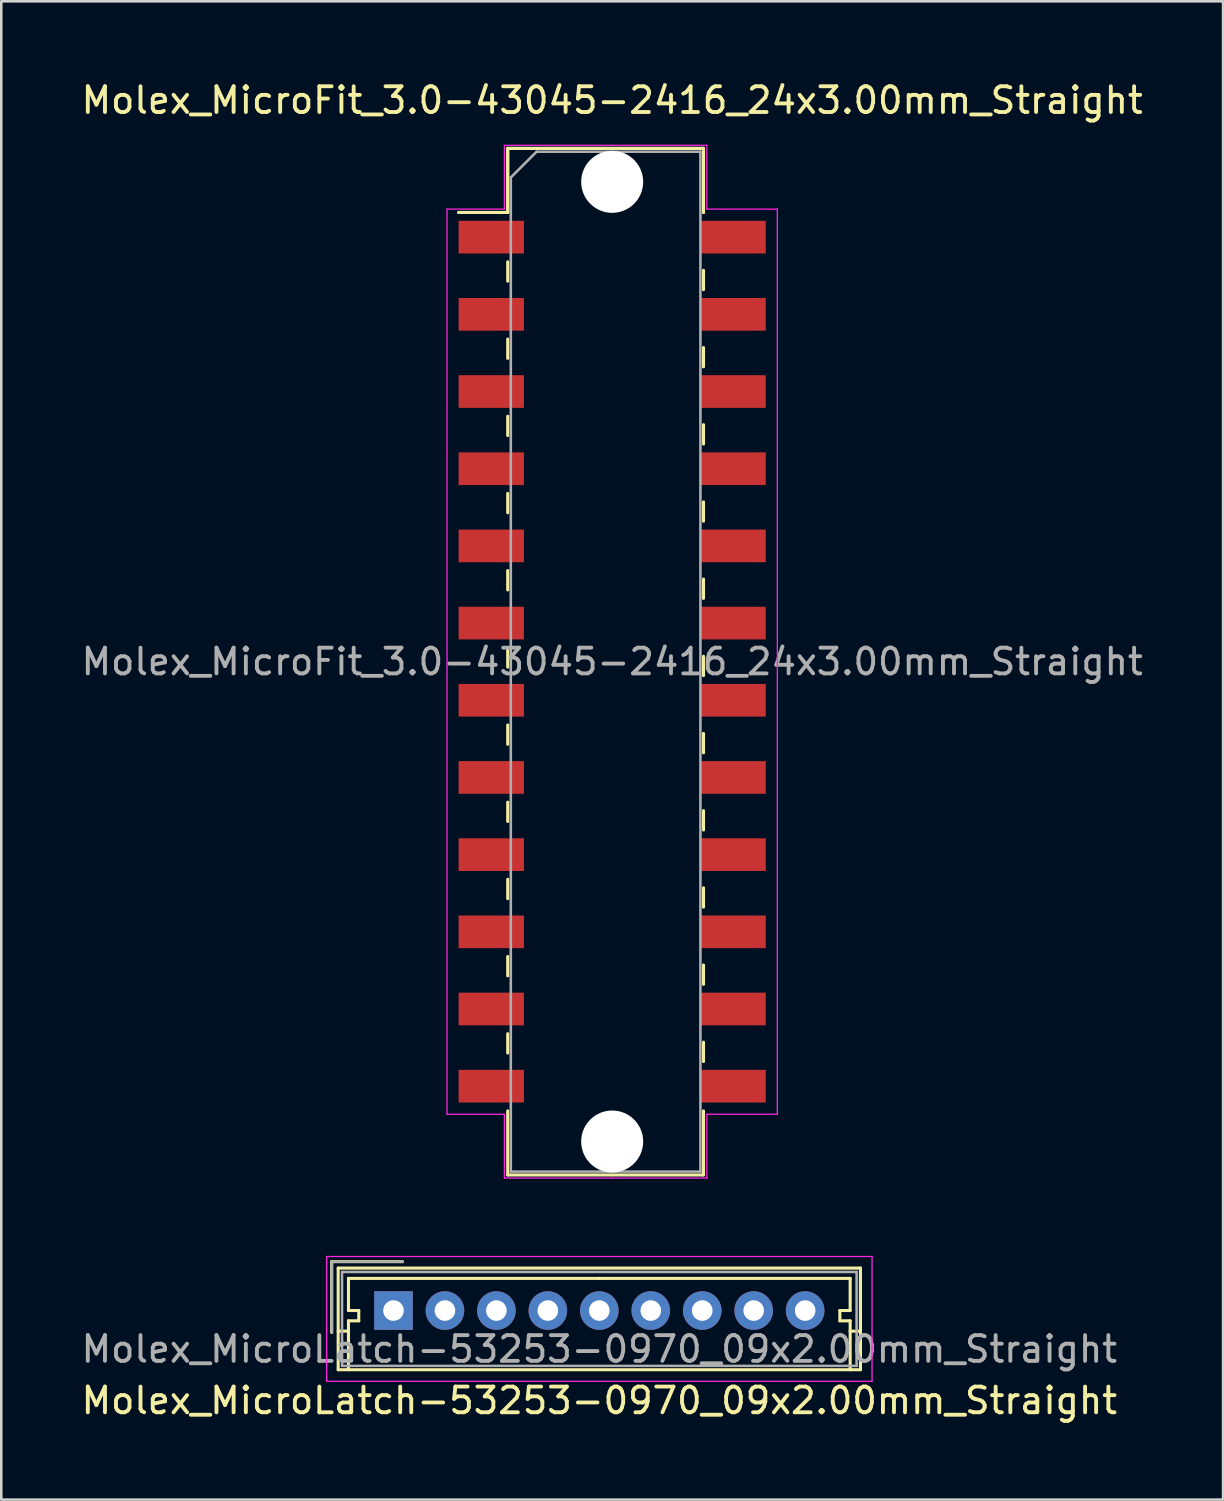
<source format=kicad_pcb>
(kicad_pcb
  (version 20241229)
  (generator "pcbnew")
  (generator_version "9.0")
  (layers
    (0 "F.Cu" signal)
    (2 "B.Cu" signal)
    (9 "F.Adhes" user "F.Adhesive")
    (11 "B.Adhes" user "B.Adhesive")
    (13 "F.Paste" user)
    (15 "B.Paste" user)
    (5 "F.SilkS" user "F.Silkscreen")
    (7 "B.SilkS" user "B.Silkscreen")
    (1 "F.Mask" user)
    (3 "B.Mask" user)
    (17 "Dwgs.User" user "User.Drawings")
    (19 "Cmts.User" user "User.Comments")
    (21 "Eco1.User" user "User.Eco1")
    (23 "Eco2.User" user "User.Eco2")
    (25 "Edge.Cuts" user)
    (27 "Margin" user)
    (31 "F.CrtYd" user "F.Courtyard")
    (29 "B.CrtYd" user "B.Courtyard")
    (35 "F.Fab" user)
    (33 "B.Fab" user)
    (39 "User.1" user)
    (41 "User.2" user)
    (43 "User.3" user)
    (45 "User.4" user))
  (footprint "Molex_MicroFit_3.0-43045-2416_24x3.00mm_Straight"
    (layer "F.Cu")
    (at 20.744 22.668)
    (property "Reference" "Molex_MicroFit_3.0-43045-2416_24x3.00mm_Straight" (at 0 -21.82 0) (layer "F.SilkS") (effects (font (size 1 1) (thickness 0.15))))
    (attr smd)
    (fp_line (start -5.97 -17.46) (end -4.06 -17.46) (stroke (width 0.12) (type solid)) (layer "F.SilkS"))
    (fp_line (start -5.97 -17.46) (end -4.06 -17.46) (stroke (width 0.12) (type solid)) (layer "F.SilkS"))
    (fp_line (start -4.06 -19.95) (end 3.55 -19.95) (stroke (width 0.12) (type solid)) (layer "F.SilkS"))
    (fp_line (start -4.06 -19.95) (end 3.55 -19.95) (stroke (width 0.12) (type solid)) (layer "F.SilkS"))
    (fp_line (start -4.06 -17.46) (end -4.06 -19.95) (stroke (width 0.12) (type solid)) (layer "F.SilkS"))
    (fp_line (start -4.06 -17.46) (end -4.06 -19.95) (stroke (width 0.12) (type solid)) (layer "F.SilkS"))
    (fp_line (start -4.06 -15.54) (end -4.06 -14.79) (stroke (width 0.12) (type solid)) (layer "F.SilkS"))
    (fp_line (start -4.06 -12.54) (end -4.06 -11.79) (stroke (width 0.12) (type solid)) (layer "F.SilkS"))
    (fp_line (start -4.06 -9.54) (end -4.06 -8.79) (stroke (width 0.12) (type solid)) (layer "F.SilkS"))
    (fp_line (start -4.06 -6.54) (end -4.06 -5.79) (stroke (width 0.12) (type solid)) (layer "F.SilkS"))
    (fp_line (start -4.06 -3.54) (end -4.06 -2.79) (stroke (width 0.12) (type solid)) (layer "F.SilkS"))
    (fp_line (start -4.06 -0.54) (end -4.06 0.21) (stroke (width 0.12) (type solid)) (layer "F.SilkS"))
    (fp_line (start -4.06 2.46) (end -4.06 3.21) (stroke (width 0.12) (type solid)) (layer "F.SilkS"))
    (fp_line (start -4.06 5.46) (end -4.06 6.21) (stroke (width 0.12) (type solid)) (layer "F.SilkS"))
    (fp_line (start -4.06 8.46) (end -4.06 9.21) (stroke (width 0.12) (type solid)) (layer "F.SilkS"))
    (fp_line (start -4.06 11.46) (end -4.06 12.21) (stroke (width 0.12) (type solid)) (layer "F.SilkS"))
    (fp_line (start -4.06 14.46) (end -4.06 15.21) (stroke (width 0.12) (type solid)) (layer "F.SilkS"))
    (fp_line (start -4.06 19.95) (end -4.06 17.46) (stroke (width 0.12) (type solid)) (layer "F.SilkS"))
    (fp_line (start 3.55 -19.95) (end 3.55 -17.46) (stroke (width 0.12) (type solid)) (layer "F.SilkS"))
    (fp_line (start 3.55 -19.95) (end 3.55 -17.46) (stroke (width 0.12) (type solid)) (layer "F.SilkS"))
    (fp_line (start 3.55 -14.46) (end 3.55 -15.21) (stroke (width 0.12) (type solid)) (layer "F.SilkS"))
    (fp_line (start 3.55 -11.46) (end 3.55 -12.21) (stroke (width 0.12) (type solid)) (layer "F.SilkS"))
    (fp_line (start 3.55 -8.46) (end 3.55 -9.21) (stroke (width 0.12) (type solid)) (layer "F.SilkS"))
    (fp_line (start 3.55 -5.46) (end 3.55 -6.21) (stroke (width 0.12) (type solid)) (layer "F.SilkS"))
    (fp_line (start 3.55 -2.46) (end 3.55 -3.21) (stroke (width 0.12) (type solid)) (layer "F.SilkS"))
    (fp_line (start 3.55 0.54) (end 3.55 -0.21) (stroke (width 0.12) (type solid)) (layer "F.SilkS"))
    (fp_line (start 3.55 3.54) (end 3.55 2.79) (stroke (width 0.12) (type solid)) (layer "F.SilkS"))
    (fp_line (start 3.55 6.54) (end 3.55 5.79) (stroke (width 0.12) (type solid)) (layer "F.SilkS"))
    (fp_line (start 3.55 9.54) (end 3.55 8.79) (stroke (width 0.12) (type solid)) (layer "F.SilkS"))
    (fp_line (start 3.55 12.54) (end 3.55 11.79) (stroke (width 0.12) (type solid)) (layer "F.SilkS"))
    (fp_line (start 3.55 15.54) (end 3.55 14.79) (stroke (width 0.12) (type solid)) (layer "F.SilkS"))
    (fp_line (start 3.55 17.46) (end 3.55 19.95) (stroke (width 0.12) (type solid)) (layer "F.SilkS"))
    (fp_line (start 3.55 19.95) (end -4.06 19.95) (stroke (width 0.12) (type solid)) (layer "F.SilkS"))
    (fp_line (start -6.42 -17.59) (end -4.19 -17.59) (stroke (width 0.05) (type solid)) (layer "F.CrtYd"))
    (fp_line (start -6.42 17.59) (end -6.42 -17.59) (stroke (width 0.05) (type solid)) (layer "F.CrtYd"))
    (fp_line (start -4.19 -20.07) (end 0 -20.07) (stroke (width 0.05) (type solid)) (layer "F.CrtYd"))
    (fp_line (start -4.19 -17.59) (end -4.19 -20.07) (stroke (width 0.05) (type solid)) (layer "F.CrtYd"))
    (fp_line (start -4.19 17.59) (end -6.42 17.59) (stroke (width 0.05) (type solid)) (layer "F.CrtYd"))
    (fp_line (start -4.19 20.07) (end -4.19 17.59) (stroke (width 0.05) (type solid)) (layer "F.CrtYd"))
    (fp_line (start 0 -20.07) (end 3.68 -20.07) (stroke (width 0.05) (type solid)) (layer "F.CrtYd"))
    (fp_line (start 0 20.07) (end -4.19 20.07) (stroke (width 0.05) (type solid)) (layer "F.CrtYd"))
    (fp_line (start 3.68 -20.07) (end 3.68 -17.59) (stroke (width 0.05) (type solid)) (layer "F.CrtYd"))
    (fp_line (start 3.68 -17.59) (end 6.42 -17.59) (stroke (width 0.05) (type solid)) (layer "F.CrtYd"))
    (fp_line (start 3.68 17.59) (end 3.68 20.07) (stroke (width 0.05) (type solid)) (layer "F.CrtYd"))
    (fp_line (start 3.68 20.07) (end 0 20.07) (stroke (width 0.05) (type solid)) (layer "F.CrtYd"))
    (fp_line (start 6.42 -17.59) (end 6.42 17.59) (stroke (width 0.05) (type solid)) (layer "F.CrtYd"))
    (fp_line (start 6.42 17.59) (end 3.68 17.59) (stroke (width 0.05) (type solid)) (layer "F.CrtYd"))
    (fp_line (start -3.94 -18.82) (end -2.94 -19.82) (stroke (width 0.1) (type solid)) (layer "F.Fab"))
    (fp_line (start -3.94 19.82) (end -3.94 -18.82) (stroke (width 0.1) (type solid)) (layer "F.Fab"))
    (fp_line (start -2.94 -19.82) (end 0 -19.82) (stroke (width 0.1) (type solid)) (layer "F.Fab"))
    (fp_line (start 0 -19.82) (end 3.43 -19.82) (stroke (width 0.1) (type solid)) (layer "F.Fab"))
    (fp_line (start 0 19.82) (end -3.94 19.82) (stroke (width 0.1) (type solid)) (layer "F.Fab"))
    (fp_line (start 3.43 -19.82) (end 3.43 19.82) (stroke (width 0.1) (type solid)) (layer "F.Fab"))
    (fp_line (start 3.43 19.82) (end 0 19.82) (stroke (width 0.1) (type solid)) (layer "F.Fab"))
    (fp_text user "${REFERENCE}" (at 0 0 0) (layer "F.Fab") (effects (font (size 1 1) (thickness 0.15))))
    (pad "" np_thru_hole circle (at 0 -18.65) (size 2.41 2.41) (drill 2.41) (layers "*.Cu"))
    (pad "" np_thru_hole circle (at 0 18.65) (size 2.41 2.41) (drill 2.41) (layers "*.Cu"))
    (pad "1" smd rect (at -4.7 -16.5) (size 2.54 1.27) (layers "F.Cu" "F.Mask" "F.Paste"))
    (pad "2" smd rect (at -4.7 -13.5) (size 2.54 1.27) (layers "F.Cu" "F.Mask" "F.Paste"))
    (pad "3" smd rect (at -4.7 -10.5) (size 2.54 1.27) (layers "F.Cu" "F.Mask" "F.Paste"))
    (pad "4" smd rect (at -4.7 -7.5) (size 2.54 1.27) (layers "F.Cu" "F.Mask" "F.Paste"))
    (pad "5" smd rect (at -4.7 -4.5) (size 2.54 1.27) (layers "F.Cu" "F.Mask" "F.Paste"))
    (pad "6" smd rect (at -4.7 -1.5) (size 2.54 1.27) (layers "F.Cu" "F.Mask" "F.Paste"))
    (pad "7" smd rect (at -4.7 1.5) (size 2.54 1.27) (layers "F.Cu" "F.Mask" "F.Paste"))
    (pad "8" smd rect (at -4.7 4.5) (size 2.54 1.27) (layers "F.Cu" "F.Mask" "F.Paste"))
    (pad "9" smd rect (at -4.7 7.5) (size 2.54 1.27) (layers "F.Cu" "F.Mask" "F.Paste"))
    (pad "10" smd rect (at -4.7 10.5) (size 2.54 1.27) (layers "F.Cu" "F.Mask" "F.Paste"))
    (pad "11" smd rect (at -4.7 13.5) (size 2.54 1.27) (layers "F.Cu" "F.Mask" "F.Paste"))
    (pad "12" smd rect (at -4.7 16.5) (size 2.54 1.27) (layers "F.Cu" "F.Mask" "F.Paste"))
    (pad "13" smd rect (at 4.7 16.5) (size 2.54 1.27) (layers "F.Cu" "F.Mask" "F.Paste"))
    (pad "14" smd rect (at 4.7 13.5) (size 2.54 1.27) (layers "F.Cu" "F.Mask" "F.Paste"))
    (pad "15" smd rect (at 4.7 10.5) (size 2.54 1.27) (layers "F.Cu" "F.Mask" "F.Paste"))
    (pad "16" smd rect (at 4.7 7.5) (size 2.54 1.27) (layers "F.Cu" "F.Mask" "F.Paste"))
    (pad "17" smd rect (at 4.7 4.5) (size 2.54 1.27) (layers "F.Cu" "F.Mask" "F.Paste"))
    (pad "18" smd rect (at 4.7 1.5) (size 2.54 1.27) (layers "F.Cu" "F.Mask" "F.Paste"))
    (pad "19" smd rect (at 4.7 -1.5) (size 2.54 1.27) (layers "F.Cu" "F.Mask" "F.Paste"))
    (pad "20" smd rect (at 4.7 -4.5) (size 2.54 1.27) (layers "F.Cu" "F.Mask" "F.Paste"))
    (pad "21" smd rect (at 4.7 -7.5) (size 2.54 1.27) (layers "F.Cu" "F.Mask" "F.Paste"))
    (pad "22" smd rect (at 4.7 -10.5) (size 2.54 1.27) (layers "F.Cu" "F.Mask" "F.Paste"))
    (pad "23" smd rect (at 4.7 -13.5) (size 2.54 1.27) (layers "F.Cu" "F.Mask" "F.Paste"))
    (pad "24" smd rect (at 4.7 -16.5) (size 2.54 1.27) (layers "F.Cu" "F.Mask" "F.Paste")))
  (footprint "Molex_MicroLatch-53253-0970_09x2.00mm_Straight"
    (layer "F.Cu")
    (at 12.244 47.888)
    (property "Reference" "Molex_MicroLatch-53253-0970_09x2.00mm_Straight" (at 8 3.5 0) (layer "F.SilkS") (effects (font (size 1 1) (thickness 0.15))))
    (attr through_hole)
    (fp_line (start -2.4 -1.9) (end -2.4 0.85) (stroke (width 0.12) (type solid)) (layer "F.SilkS"))
    (fp_line (start -2.15 -1.65) (end -2.15 2.3) (stroke (width 0.12) (type solid)) (layer "F.SilkS"))
    (fp_line (start -2.15 0.8) (end -1.75 0.8) (stroke (width 0.12) (type solid)) (layer "F.SilkS"))
    (fp_line (start -2.15 2.3) (end 18.15 2.3) (stroke (width 0.12) (type solid)) (layer "F.SilkS"))
    (fp_line (start -1.75 -1.25) (end -1.75 0) (stroke (width 0.12) (type solid)) (layer "F.SilkS"))
    (fp_line (start -1.75 0) (end -1.35 0) (stroke (width 0.12) (type solid)) (layer "F.SilkS"))
    (fp_line (start -1.75 0.4) (end -1.75 2.3) (stroke (width 0.12) (type solid)) (layer "F.SilkS"))
    (fp_line (start -1.35 0) (end -1.35 0.4) (stroke (width 0.12) (type solid)) (layer "F.SilkS"))
    (fp_line (start -1.35 0.4) (end -1.75 0.4) (stroke (width 0.12) (type solid)) (layer "F.SilkS"))
    (fp_line (start 0.35 -1.9) (end -2.4 -1.9) (stroke (width 0.12) (type solid)) (layer "F.SilkS"))
    (fp_line (start 8 -1.25) (end -1.75 -1.25) (stroke (width 0.12) (type solid)) (layer "F.SilkS"))
    (fp_line (start 8 -1.25) (end 17.75 -1.25) (stroke (width 0.12) (type solid)) (layer "F.SilkS"))
    (fp_line (start 17.35 0) (end 17.35 0.4) (stroke (width 0.12) (type solid)) (layer "F.SilkS"))
    (fp_line (start 17.35 0.4) (end 17.75 0.4) (stroke (width 0.12) (type solid)) (layer "F.SilkS"))
    (fp_line (start 17.75 -1.25) (end 17.75 0) (stroke (width 0.12) (type solid)) (layer "F.SilkS"))
    (fp_line (start 17.75 0) (end 17.35 0) (stroke (width 0.12) (type solid)) (layer "F.SilkS"))
    (fp_line (start 17.75 0.4) (end 17.75 2.3) (stroke (width 0.12) (type solid)) (layer "F.SilkS"))
    (fp_line (start 18.15 -1.65) (end -2.15 -1.65) (stroke (width 0.12) (type solid)) (layer "F.SilkS"))
    (fp_line (start 18.15 0.8) (end 17.75 0.8) (stroke (width 0.12) (type solid)) (layer "F.SilkS"))
    (fp_line (start 18.15 2.3) (end 18.15 -1.65) (stroke (width 0.12) (type solid)) (layer "F.SilkS"))
    (fp_line (start -2.6 -2.1) (end -2.6 2.75) (stroke (width 0.05) (type solid)) (layer "F.CrtYd"))
    (fp_line (start -2.6 2.75) (end 18.6 2.75) (stroke (width 0.05) (type solid)) (layer "F.CrtYd"))
    (fp_line (start 18.6 -2.1) (end -2.6 -2.1) (stroke (width 0.05) (type solid)) (layer "F.CrtYd"))
    (fp_line (start 18.6 2.75) (end 18.6 -2.1) (stroke (width 0.05) (type solid)) (layer "F.CrtYd"))
    (fp_line (start -2.4 -1.9) (end -2.4 0.85) (stroke (width 0.1) (type solid)) (layer "F.Fab"))
    (fp_line (start -2 -1.5) (end -2 2.15) (stroke (width 0.1) (type solid)) (layer "F.Fab"))
    (fp_line (start -2 2.15) (end 18 2.15) (stroke (width 0.1) (type solid)) (layer "F.Fab"))
    (fp_line (start 0.35 -1.9) (end -2.4 -1.9) (stroke (width 0.1) (type solid)) (layer "F.Fab"))
    (fp_line (start 18 -1.5) (end -2 -1.5) (stroke (width 0.1) (type solid)) (layer "F.Fab"))
    (fp_line (start 18 2.15) (end 18 -1.5) (stroke (width 0.1) (type solid)) (layer "F.Fab"))
    (fp_text user "${REFERENCE}" (at 8 1.5 0) (layer "F.Fab") (effects (font (size 1 1) (thickness 0.15))))
    (pad "1" thru_hole rect (at 0 0) (size 1.5 1.5) (drill 0.8) (layers "*.Cu" "*.Mask"))
    (pad "2" thru_hole circle (at 2 0) (size 1.5 1.5) (drill 0.8) (layers "*.Cu" "*.Mask"))
    (pad "3" thru_hole circle (at 4 0) (size 1.5 1.5) (drill 0.8) (layers "*.Cu" "*.Mask"))
    (pad "4" thru_hole circle (at 6 0) (size 1.5 1.5) (drill 0.8) (layers "*.Cu" "*.Mask"))
    (pad "5" thru_hole circle (at 8 0) (size 1.5 1.5) (drill 0.8) (layers "*.Cu" "*.Mask"))
    (pad "6" thru_hole circle (at 10 0) (size 1.5 1.5) (drill 0.8) (layers "*.Cu" "*.Mask"))
    (pad "7" thru_hole circle (at 12 0) (size 1.5 1.5) (drill 0.8) (layers "*.Cu" "*.Mask"))
    (pad "8" thru_hole circle (at 14 0) (size 1.5 1.5) (drill 0.8) (layers "*.Cu" "*.Mask"))
    (pad "9" thru_hole circle (at 16 0) (size 1.5 1.5) (drill 0.8) (layers "*.Cu" "*.Mask")))
  (gr_rect
    (start -3 -3)
    (end 44.488 55.236)
    (stroke (width 0.1) (type default))
    (fill no)
    (layer "Edge.Cuts")))
</source>
